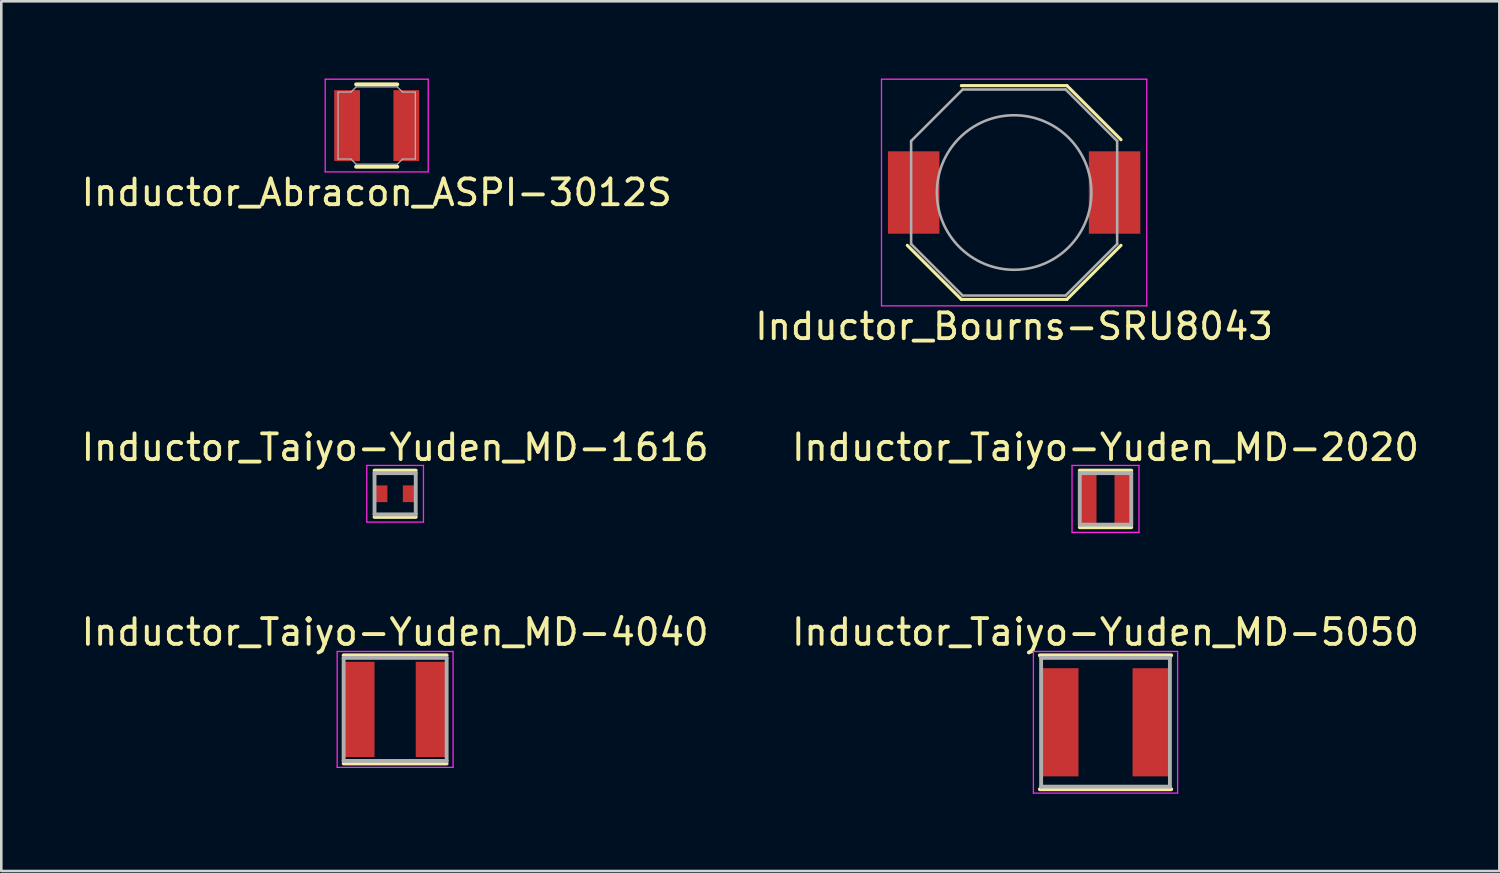
<source format=kicad_pcb>
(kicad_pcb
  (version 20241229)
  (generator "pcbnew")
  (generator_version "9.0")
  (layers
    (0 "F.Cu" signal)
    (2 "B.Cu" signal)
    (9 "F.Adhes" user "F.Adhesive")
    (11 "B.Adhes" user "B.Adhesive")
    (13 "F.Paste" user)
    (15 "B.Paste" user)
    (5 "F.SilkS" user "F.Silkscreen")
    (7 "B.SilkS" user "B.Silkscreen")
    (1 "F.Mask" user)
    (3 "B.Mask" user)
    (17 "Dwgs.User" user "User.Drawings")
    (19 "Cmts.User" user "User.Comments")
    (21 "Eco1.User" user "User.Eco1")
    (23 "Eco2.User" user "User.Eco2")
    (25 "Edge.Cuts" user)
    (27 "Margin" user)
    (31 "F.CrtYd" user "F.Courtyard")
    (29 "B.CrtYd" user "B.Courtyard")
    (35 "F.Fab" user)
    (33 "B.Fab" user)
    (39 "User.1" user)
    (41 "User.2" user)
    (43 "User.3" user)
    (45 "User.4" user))
  (footprint "Inductor_Taiyo-Yuden_MD-1616"
    (layer "F.Cu")
    (at 12.292 16.122)
    (property "Reference" "Inductor_Taiyo-Yuden_MD-1616" (at 0 -1.8 0) (layer "F.SilkS") (effects (font (size 1 1) (thickness 0.15))))
    (attr smd)
    (fp_line (start -0.8 -0.9) (end 0.8 -0.9) (stroke (width 0.15) (type solid)) (layer "F.SilkS"))
    (fp_line (start -0.8 0.9) (end 0.8 0.9) (stroke (width 0.15) (type solid)) (layer "F.SilkS"))
    (fp_line (start -1.1 -1.1) (end -1.1 1.1) (stroke (width 0.05) (type solid)) (layer "F.CrtYd"))
    (fp_line (start -1.1 1.1) (end 1.1 1.1) (stroke (width 0.05) (type solid)) (layer "F.CrtYd"))
    (fp_line (start 1.1 -1.1) (end -1.1 -1.1) (stroke (width 0.05) (type solid)) (layer "F.CrtYd"))
    (fp_line (start 1.1 1.1) (end 1.1 -1.1) (stroke (width 0.05) (type solid)) (layer "F.CrtYd"))
    (fp_line (start -0.8 -0.8) (end -0.8 0.8) (stroke (width 0.15) (type solid)) (layer "F.Fab"))
    (fp_line (start -0.8 0.8) (end 0.8 0.8) (stroke (width 0.15) (type solid)) (layer "F.Fab"))
    (fp_line (start 0.8 -0.8) (end -0.8 -0.8) (stroke (width 0.15) (type solid)) (layer "F.Fab"))
    (fp_line (start 0.8 0.8) (end 0.8 -0.8) (stroke (width 0.15) (type solid)) (layer "F.Fab"))
    (pad "1" smd rect (at -0.55 0) (size 0.5 0.65) (layers "F.Cu" "F.Mask" "F.Paste"))
    (pad "2" smd rect (at 0.55 0) (size 0.5 0.65) (layers "F.Cu" "F.Mask" "F.Paste")))
  (footprint "Inductor_Taiyo-Yuden_MD-4040"
    (layer "F.Cu")
    (at 12.292 24.495)
    (property "Reference" "Inductor_Taiyo-Yuden_MD-4040" (at 0 -3 0) (layer "F.SilkS") (effects (font (size 1 1) (thickness 0.15))))
    (attr smd)
    (fp_line (start -2 -2.1) (end 2 -2.1) (stroke (width 0.15) (type solid)) (layer "F.SilkS"))
    (fp_line (start -2 2.1) (end 2 2.1) (stroke (width 0.15) (type solid)) (layer "F.SilkS"))
    (fp_line (start -2.25 -2.25) (end -2.25 2.25) (stroke (width 0.05) (type solid)) (layer "F.CrtYd"))
    (fp_line (start -2.25 2.25) (end 2.25 2.25) (stroke (width 0.05) (type solid)) (layer "F.CrtYd"))
    (fp_line (start 2.25 -2.25) (end -2.25 -2.25) (stroke (width 0.05) (type solid)) (layer "F.CrtYd"))
    (fp_line (start 2.25 2.25) (end 2.25 -2.25) (stroke (width 0.05) (type solid)) (layer "F.CrtYd"))
    (fp_line (start -2 -2) (end -2 2) (stroke (width 0.15) (type solid)) (layer "F.Fab"))
    (fp_line (start -2 2) (end 2 2) (stroke (width 0.15) (type solid)) (layer "F.Fab"))
    (fp_line (start 2 -2) (end -2 -2) (stroke (width 0.15) (type solid)) (layer "F.Fab"))
    (fp_line (start 2 2) (end 2 -2) (stroke (width 0.15) (type solid)) (layer "F.Fab"))
    (pad "1" smd rect (at -1.4 0) (size 1.2 3.7) (layers "F.Cu" "F.Mask" "F.Paste"))
    (pad "2" smd rect (at 1.4 0) (size 1.2 3.7) (layers "F.Cu" "F.Mask" "F.Paste")))
  (footprint "Inductor_Taiyo-Yuden_MD-2020"
    (layer "F.Cu")
    (at 39.875 16.322)
    (property "Reference" "Inductor_Taiyo-Yuden_MD-2020" (at 0 -2 0) (layer "F.SilkS") (effects (font (size 1 1) (thickness 0.15))))
    (attr smd)
    (fp_line (start -1 -1.1) (end 1 -1.1) (stroke (width 0.15) (type solid)) (layer "F.SilkS"))
    (fp_line (start -1 1.1) (end 1 1.1) (stroke (width 0.15) (type solid)) (layer "F.SilkS"))
    (fp_line (start -1.3 -1.3) (end -1.3 1.3) (stroke (width 0.05) (type solid)) (layer "F.CrtYd"))
    (fp_line (start -1.3 1.3) (end 1.3 1.3) (stroke (width 0.05) (type solid)) (layer "F.CrtYd"))
    (fp_line (start 1.3 -1.3) (end -1.3 -1.3) (stroke (width 0.05) (type solid)) (layer "F.CrtYd"))
    (fp_line (start 1.3 1.3) (end 1.3 -1.3) (stroke (width 0.05) (type solid)) (layer "F.CrtYd"))
    (fp_line (start -1 -1) (end -1 1) (stroke (width 0.15) (type solid)) (layer "F.Fab"))
    (fp_line (start -1 1) (end 1 1) (stroke (width 0.15) (type solid)) (layer "F.Fab"))
    (fp_line (start 1 -1) (end -1 -1) (stroke (width 0.15) (type solid)) (layer "F.Fab"))
    (fp_line (start 1 1) (end 1 -1) (stroke (width 0.15) (type solid)) (layer "F.Fab"))
    (pad "1" smd rect (at -0.675 0) (size 0.65 2) (layers "F.Cu" "F.Mask" "F.Paste"))
    (pad "2" smd rect (at 0.675 0) (size 0.65 2) (layers "F.Cu" "F.Mask" "F.Paste")))
  (footprint "Inductor_Bourns-SRU8043"
    (layer "F.Cu")
    (at 36.327 4.425)
    (property "Reference" "Inductor_Bourns-SRU8043" (at 0 5.2 0) (layer "F.SilkS") (effects (font (size 1 1) (thickness 0.15))))
    (attr smd)
    (fp_line (start -2.05 -4.15) (end 2.05 -4.15) (stroke (width 0.12) (type solid)) (layer "F.SilkS"))
    (fp_line (start -2.05 4.15) (end -4.15 2.05) (stroke (width 0.12) (type solid)) (layer "F.SilkS"))
    (fp_line (start 2.05 -4.15) (end 4.15 -2.05) (stroke (width 0.12) (type solid)) (layer "F.SilkS"))
    (fp_line (start 2.05 4.15) (end -2.05 4.15) (stroke (width 0.12) (type solid)) (layer "F.SilkS"))
    (fp_line (start 2.05 4.15) (end 4.15 2.05) (stroke (width 0.12) (type solid)) (layer "F.SilkS"))
    (fp_line (start -5.15 -4.4) (end 5.15 -4.4) (stroke (width 0.05) (type solid)) (layer "F.CrtYd"))
    (fp_line (start -5.15 4.4) (end -5.15 -4.4) (stroke (width 0.05) (type solid)) (layer "F.CrtYd"))
    (fp_line (start 5.15 -4.4) (end 5.15 4.4) (stroke (width 0.05) (type solid)) (layer "F.CrtYd"))
    (fp_line (start 5.15 4.4) (end -5.15 4.4) (stroke (width 0.05) (type solid)) (layer "F.CrtYd"))
    (fp_line (start -4 -2) (end -2 -4) (stroke (width 0.1) (type solid)) (layer "F.Fab"))
    (fp_line (start -4 2) (end -4 -2) (stroke (width 0.1) (type solid)) (layer "F.Fab"))
    (fp_line (start -2 -4) (end 2 -4) (stroke (width 0.1) (type solid)) (layer "F.Fab"))
    (fp_line (start -2 4) (end -4 2) (stroke (width 0.1) (type solid)) (layer "F.Fab"))
    (fp_line (start 2 -4) (end 4 -2) (stroke (width 0.1) (type solid)) (layer "F.Fab"))
    (fp_line (start 2 4) (end -2 4) (stroke (width 0.1) (type solid)) (layer "F.Fab"))
    (fp_line (start 4 -2) (end 4 2) (stroke (width 0.1) (type solid)) (layer "F.Fab"))
    (fp_line (start 4 2) (end 2 4) (stroke (width 0.1) (type solid)) (layer "F.Fab"))
    (fp_circle (center 0 0) (end 0 -3) (stroke (width 0.1) (type solid)) (fill no) (layer "F.Fab"))
    (pad "1" smd rect (at -3.9 0) (size 2 3.2) (layers "F.Cu" "F.Mask" "F.Paste"))
    (pad "2" smd rect (at 3.9 0) (size 2 3.2) (layers "F.Cu" "F.Mask" "F.Paste")))
  (footprint "Inductor_Abracon_ASPI-3012S"
    (layer "F.Cu")
    (at 11.577 1.825)
    (property "Reference" "Inductor_Abracon_ASPI-3012S" (at 0 2.6 0) (layer "F.SilkS") (effects (font (size 1 1) (thickness 0.15))))
    (attr smd)
    (fp_line (start -0.8 -1.6) (end 0.8 -1.6) (stroke (width 0.15) (type solid)) (layer "F.SilkS"))
    (fp_line (start -0.8 1.6) (end 0.8 1.6) (stroke (width 0.15) (type solid)) (layer "F.SilkS"))
    (fp_line (start -2 -1.8) (end -2 1.8) (stroke (width 0.05) (type solid)) (layer "F.CrtYd"))
    (fp_line (start -2 1.8) (end 2 1.8) (stroke (width 0.05) (type solid)) (layer "F.CrtYd"))
    (fp_line (start 2 -1.8) (end -2 -1.8) (stroke (width 0.05) (type solid)) (layer "F.CrtYd"))
    (fp_line (start 2 1.8) (end 2 -1.8) (stroke (width 0.05) (type solid)) (layer "F.CrtYd"))
    (fp_line (start -1.5 -1.3) (end -1.5 1.3) (stroke (width 0.05) (type solid)) (layer "F.Fab"))
    (fp_line (start -1.5 1.3) (end -1 1.3) (stroke (width 0.05) (type solid)) (layer "F.Fab"))
    (fp_line (start -1 -1.3) (end -1.5 -1.3) (stroke (width 0.05) (type solid)) (layer "F.Fab"))
    (fp_line (start -1 1.3) (end -0.8 1.5) (stroke (width 0.05) (type solid)) (layer "F.Fab"))
    (fp_line (start -0.8 -1.5) (end -1 -1.3) (stroke (width 0.05) (type solid)) (layer "F.Fab"))
    (fp_line (start -0.8 1.5) (end 0.8 1.5) (stroke (width 0.05) (type solid)) (layer "F.Fab"))
    (fp_line (start 0.8 -1.5) (end -0.8 -1.5) (stroke (width 0.05) (type solid)) (layer "F.Fab"))
    (fp_line (start 0.8 1.5) (end 1 1.3) (stroke (width 0.05) (type solid)) (layer "F.Fab"))
    (fp_line (start 1 -1.3) (end 0.8 -1.5) (stroke (width 0.05) (type solid)) (layer "F.Fab"))
    (fp_line (start 1 1.3) (end 1.5 1.3) (stroke (width 0.05) (type solid)) (layer "F.Fab"))
    (fp_line (start 1.5 -1.3) (end 1 -1.3) (stroke (width 0.05) (type solid)) (layer "F.Fab"))
    (fp_line (start 1.5 1.3) (end 1.5 -1.3) (stroke (width 0.05) (type solid)) (layer "F.Fab"))
    (pad "1" smd rect (at -1.15 0) (size 1 2.75) (layers "F.Cu" "F.Mask" "F.Paste"))
    (pad "2" smd rect (at 1.15 0) (size 1 2.75) (layers "F.Cu" "F.Mask" "F.Paste")))
  (footprint "Inductor_Taiyo-Yuden_MD-5050"
    (layer "F.Cu")
    (at 39.875 24.995)
    (property "Reference" "Inductor_Taiyo-Yuden_MD-5050" (at 0 -3.5 0) (layer "F.SilkS") (effects (font (size 1 1) (thickness 0.15))))
    (attr smd)
    (fp_line (start -2.55 -2.6) (end 2.55 -2.6) (stroke (width 0.15) (type solid)) (layer "F.SilkS"))
    (fp_line (start -2.55 2.6) (end 2.55 2.6) (stroke (width 0.15) (type solid)) (layer "F.SilkS"))
    (fp_line (start -2.8 -2.75) (end -2.8 2.75) (stroke (width 0.05) (type solid)) (layer "F.CrtYd"))
    (fp_line (start -2.8 2.75) (end 2.8 2.75) (stroke (width 0.05) (type solid)) (layer "F.CrtYd"))
    (fp_line (start 2.8 -2.75) (end -2.8 -2.75) (stroke (width 0.05) (type solid)) (layer "F.CrtYd"))
    (fp_line (start 2.8 2.75) (end 2.8 -2.75) (stroke (width 0.05) (type solid)) (layer "F.CrtYd"))
    (fp_line (start -2.5 -2.5) (end -2.5 2.5) (stroke (width 0.15) (type solid)) (layer "F.Fab"))
    (fp_line (start -2.5 2.5) (end 2.5 2.5) (stroke (width 0.15) (type solid)) (layer "F.Fab"))
    (fp_line (start 2.5 -2.5) (end -2.5 -2.5) (stroke (width 0.15) (type solid)) (layer "F.Fab"))
    (fp_line (start 2.5 2.5) (end 2.5 -2.5) (stroke (width 0.15) (type solid)) (layer "F.Fab"))
    (pad "1" smd rect (at -1.8 0) (size 1.5 4.2) (layers "F.Cu" "F.Mask" "F.Paste"))
    (pad "2" smd rect (at 1.8 0) (size 1.5 4.2) (layers "F.Cu" "F.Mask" "F.Paste")))
  (gr_rect
    (start -3 -3)
    (end 55.167 30.77)
    (stroke (width 0.1) (type default))
    (fill no)
    (layer "Edge.Cuts")))
</source>
